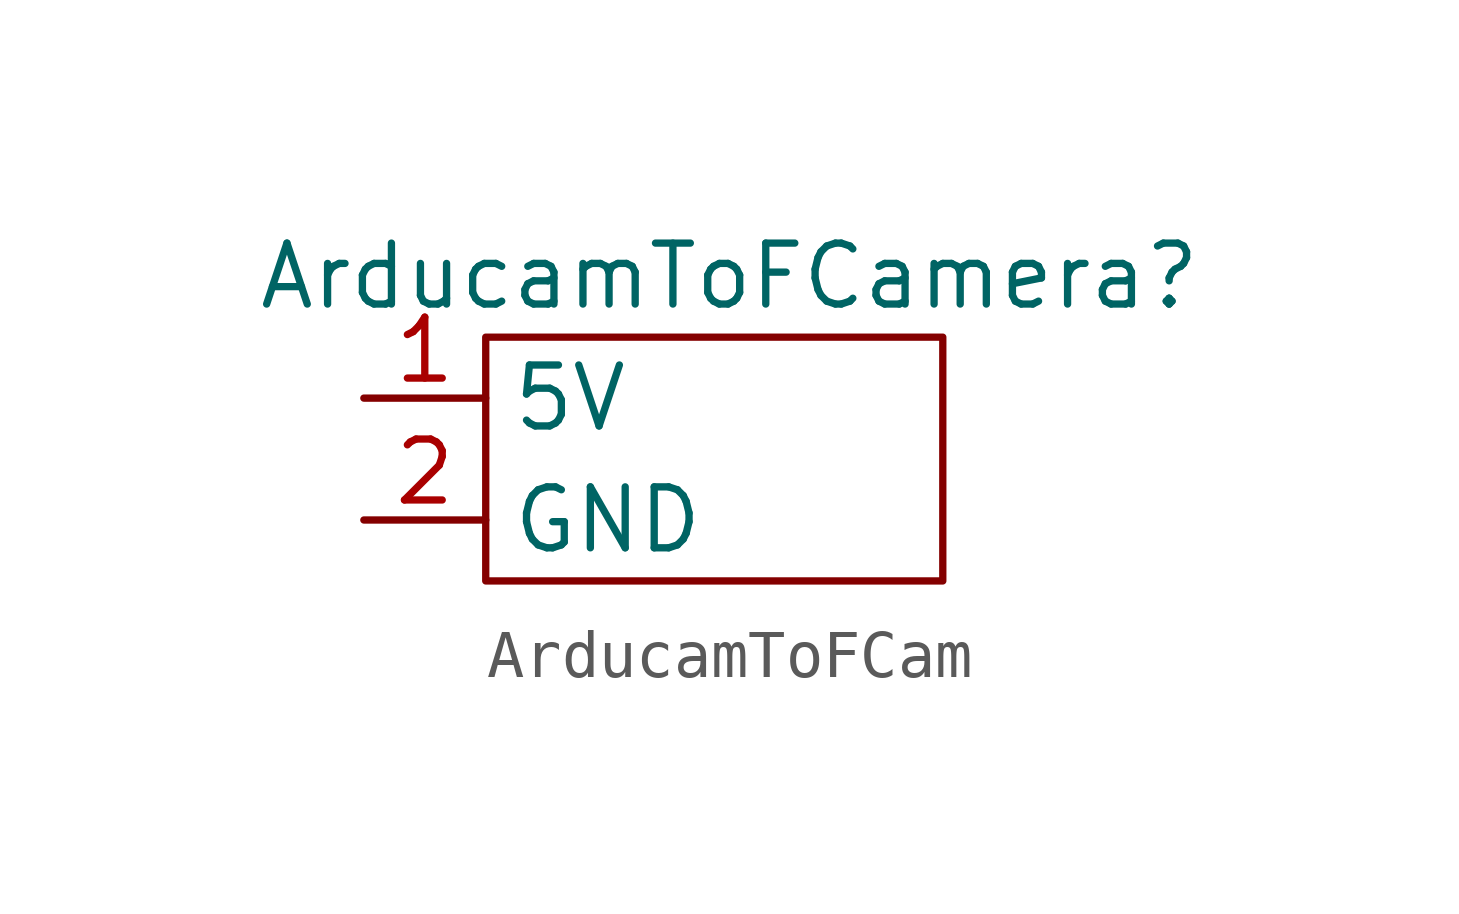
<source format=kicad_sym>
(kicad_symbol_lib
  (version 20241209)
  (generator "kicad_symbol_editor")
  (generator_version "9.0")
  (symbol "ArducamToFCam"
    (property "Reference" "ArducamToFCamera"
      (at 0 0 0)
      (effects (font (size 1.27 1.27))))
    (property "Value" ""
      (at 0 0 0)
      (effects (font (size 1.27 1.27))))
    (symbol "ArducamToFCam_0_1"
      (rectangle (start -5.08 -1.27) (end 4.445 -6.35) (stroke (width 0) (type default)) (fill (type none))))
    (symbol "ArducamToFCam_1_1"
      (pin input line (at -7.62 -2.54 0) (length 2.54) (name "5V" (effects (font (size 1.27 1.27)))) (number "1" (effects (font (size 1.27 1.27)))))
      (pin input line (at -7.62 -5.08 0) (length 2.54) (name "GND" (effects (font (size 1.27 1.27)))) (number "2" (effects (font (size 1.27 1.27))))))))
</source>
